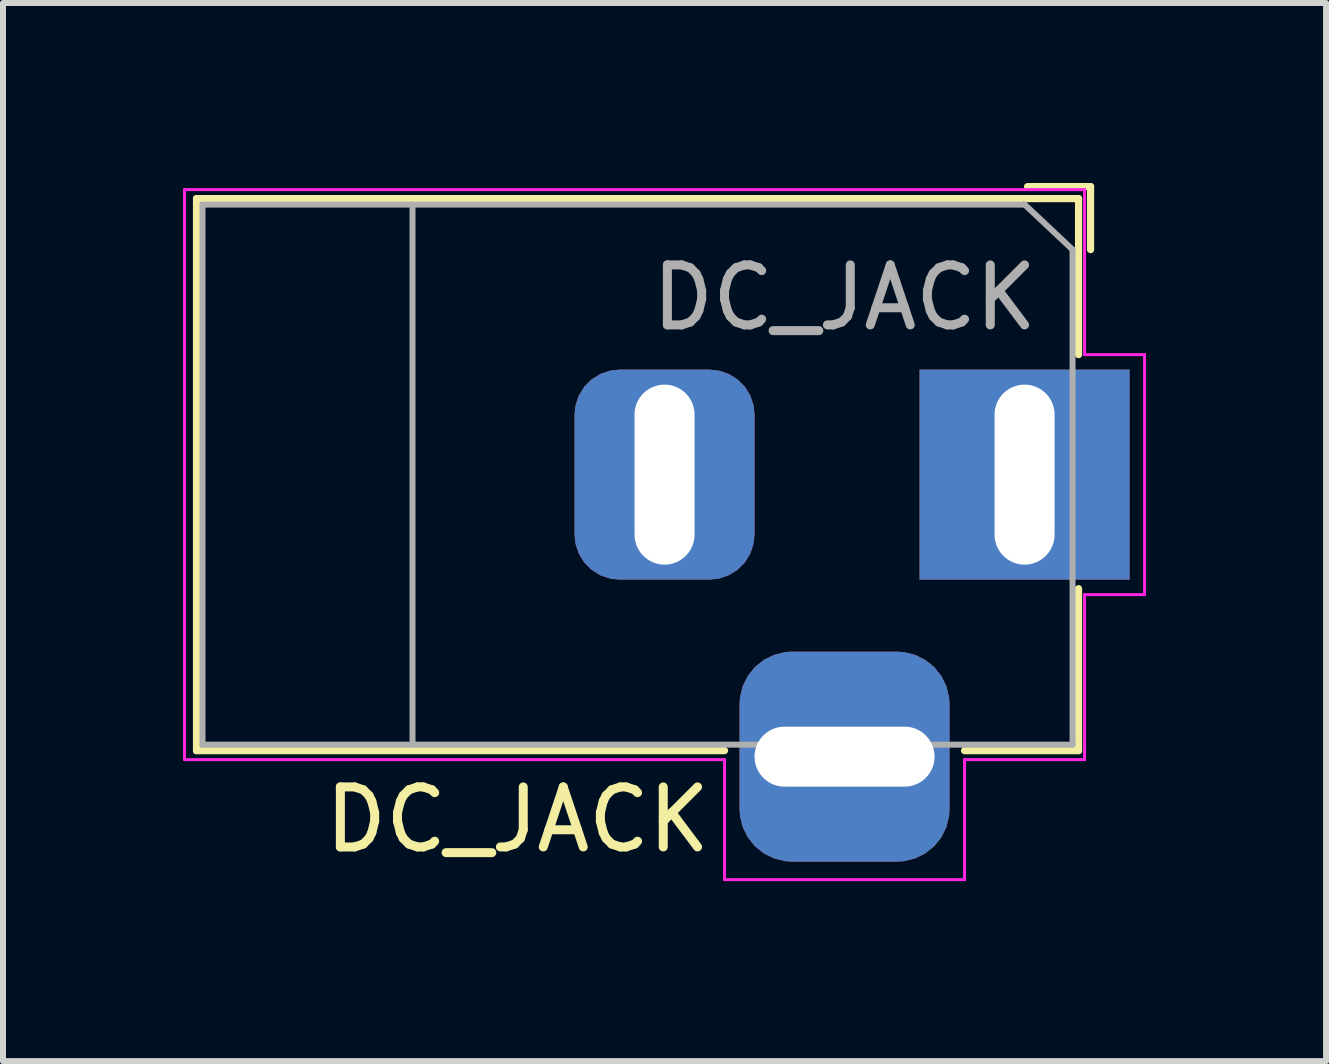
<source format=kicad_pcb>
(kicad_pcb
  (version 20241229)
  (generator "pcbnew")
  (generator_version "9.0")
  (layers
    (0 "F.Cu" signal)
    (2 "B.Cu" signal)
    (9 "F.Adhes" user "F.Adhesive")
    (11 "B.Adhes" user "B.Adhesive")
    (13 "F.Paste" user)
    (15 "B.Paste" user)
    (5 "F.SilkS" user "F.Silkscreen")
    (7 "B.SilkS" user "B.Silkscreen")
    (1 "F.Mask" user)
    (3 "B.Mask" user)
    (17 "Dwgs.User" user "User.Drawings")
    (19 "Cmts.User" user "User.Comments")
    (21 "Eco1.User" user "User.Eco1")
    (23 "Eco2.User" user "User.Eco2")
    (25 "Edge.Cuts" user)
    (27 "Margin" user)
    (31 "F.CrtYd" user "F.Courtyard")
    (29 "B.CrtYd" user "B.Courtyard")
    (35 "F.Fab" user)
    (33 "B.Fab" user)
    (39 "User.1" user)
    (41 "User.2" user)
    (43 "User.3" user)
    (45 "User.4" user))
  (footprint "DC_JACK"
    (layer "F.Cu")
    (at 14.025 4.86)
    (property "Reference" "DC_JACK" (at -8.45 5.75 0) (layer "F.SilkS") (effects (font (size 1 1) (thickness 0.15))))
    (attr through_hole)
    (fp_line (start -13.8 -4.6) (end 0.9 -4.6) (stroke (width 0.12) (type solid)) (layer "F.SilkS"))
    (fp_line (start -13.8 4.6) (end -13.8 -4.6) (stroke (width 0.12) (type solid)) (layer "F.SilkS"))
    (fp_line (start -5 4.6) (end -13.8 4.6) (stroke (width 0.12) (type solid)) (layer "F.SilkS"))
    (fp_line (start 0.05 -4.8) (end 1.1 -4.8) (stroke (width 0.12) (type solid)) (layer "F.SilkS"))
    (fp_line (start 0.9 -4.6) (end 0.9 -2) (stroke (width 0.12) (type solid)) (layer "F.SilkS"))
    (fp_line (start 0.9 1.9) (end 0.9 4.6) (stroke (width 0.12) (type solid)) (layer "F.SilkS"))
    (fp_line (start 0.9 4.6) (end -1 4.6) (stroke (width 0.12) (type solid)) (layer "F.SilkS"))
    (fp_line (start 1.1 -3.75) (end 1.1 -4.8) (stroke (width 0.12) (type solid)) (layer "F.SilkS"))
    (fp_line (start -14 4.75) (end -14 -4.75) (stroke (width 0.05) (type solid)) (layer "F.CrtYd"))
    (fp_line (start -5 4.75) (end -14 4.75) (stroke (width 0.05) (type solid)) (layer "F.CrtYd"))
    (fp_line (start -5 6.75) (end -5 4.75) (stroke (width 0.05) (type solid)) (layer "F.CrtYd"))
    (fp_line (start -1 4.75) (end -1 6.75) (stroke (width 0.05) (type solid)) (layer "F.CrtYd"))
    (fp_line (start -1 6.75) (end -5 6.75) (stroke (width 0.05) (type solid)) (layer "F.CrtYd"))
    (fp_line (start 1 -4.75) (end -14 -4.75) (stroke (width 0.05) (type solid)) (layer "F.CrtYd"))
    (fp_line (start 1 -4.5) (end 1 -4.75) (stroke (width 0.05) (type solid)) (layer "F.CrtYd"))
    (fp_line (start 1 -4.5) (end 1 -2) (stroke (width 0.05) (type solid)) (layer "F.CrtYd"))
    (fp_line (start 1 -2) (end 2 -2) (stroke (width 0.05) (type solid)) (layer "F.CrtYd"))
    (fp_line (start 1 2) (end 1 4.75) (stroke (width 0.05) (type solid)) (layer "F.CrtYd"))
    (fp_line (start 1 4.75) (end -1 4.75) (stroke (width 0.05) (type solid)) (layer "F.CrtYd"))
    (fp_line (start 2 -2) (end 2 2) (stroke (width 0.05) (type solid)) (layer "F.CrtYd"))
    (fp_line (start 2 2) (end 1 2) (stroke (width 0.05) (type solid)) (layer "F.CrtYd"))
    (fp_line (start -13.7 -4.5) (end -13.7 4.5) (stroke (width 0.1) (type solid)) (layer "F.Fab"))
    (fp_line (start -13.7 4.5) (end 0.8 4.5) (stroke (width 0.1) (type solid)) (layer "F.Fab"))
    (fp_line (start -10.2 -4.5) (end -10.2 4.5) (stroke (width 0.1) (type solid)) (layer "F.Fab"))
    (fp_line (start -0.003 -4.505) (end 0.8 -3.75) (stroke (width 0.1) (type solid)) (layer "F.Fab"))
    (fp_line (start 0 -4.5) (end -13.7 -4.5) (stroke (width 0.1) (type solid)) (layer "F.Fab"))
    (fp_line (start 0.8 4.5) (end 0.8 -3.75) (stroke (width 0.1) (type solid)) (layer "F.Fab"))
    (fp_text user "${REFERENCE}" (at -3 -2.95 0) (layer "F.Fab") (effects (font (size 1 1) (thickness 0.15))))
    (pad "1" thru_hole rect (at 0 0) (size 3.5 3.5) (drill oval 1 3) (layers "*.Cu" "*.Mask"))
    (pad "2" thru_hole roundrect (at -6 0) (size 3 3.5) (drill oval 1 3) (layers "*.Cu" "*.Mask") (roundrect_rratio 0.25))
    (pad "3" thru_hole roundrect (at -3 4.7) (size 3.5 3.5) (drill oval 3 1) (layers "*.Cu" "*.Mask") (roundrect_rratio 0.25)))
  (gr_rect
    (start -3 -3)
    (end 19.05 14.635)
    (stroke (width 0.1) (type default))
    (fill no)
    (layer "Edge.Cuts")))
</source>
